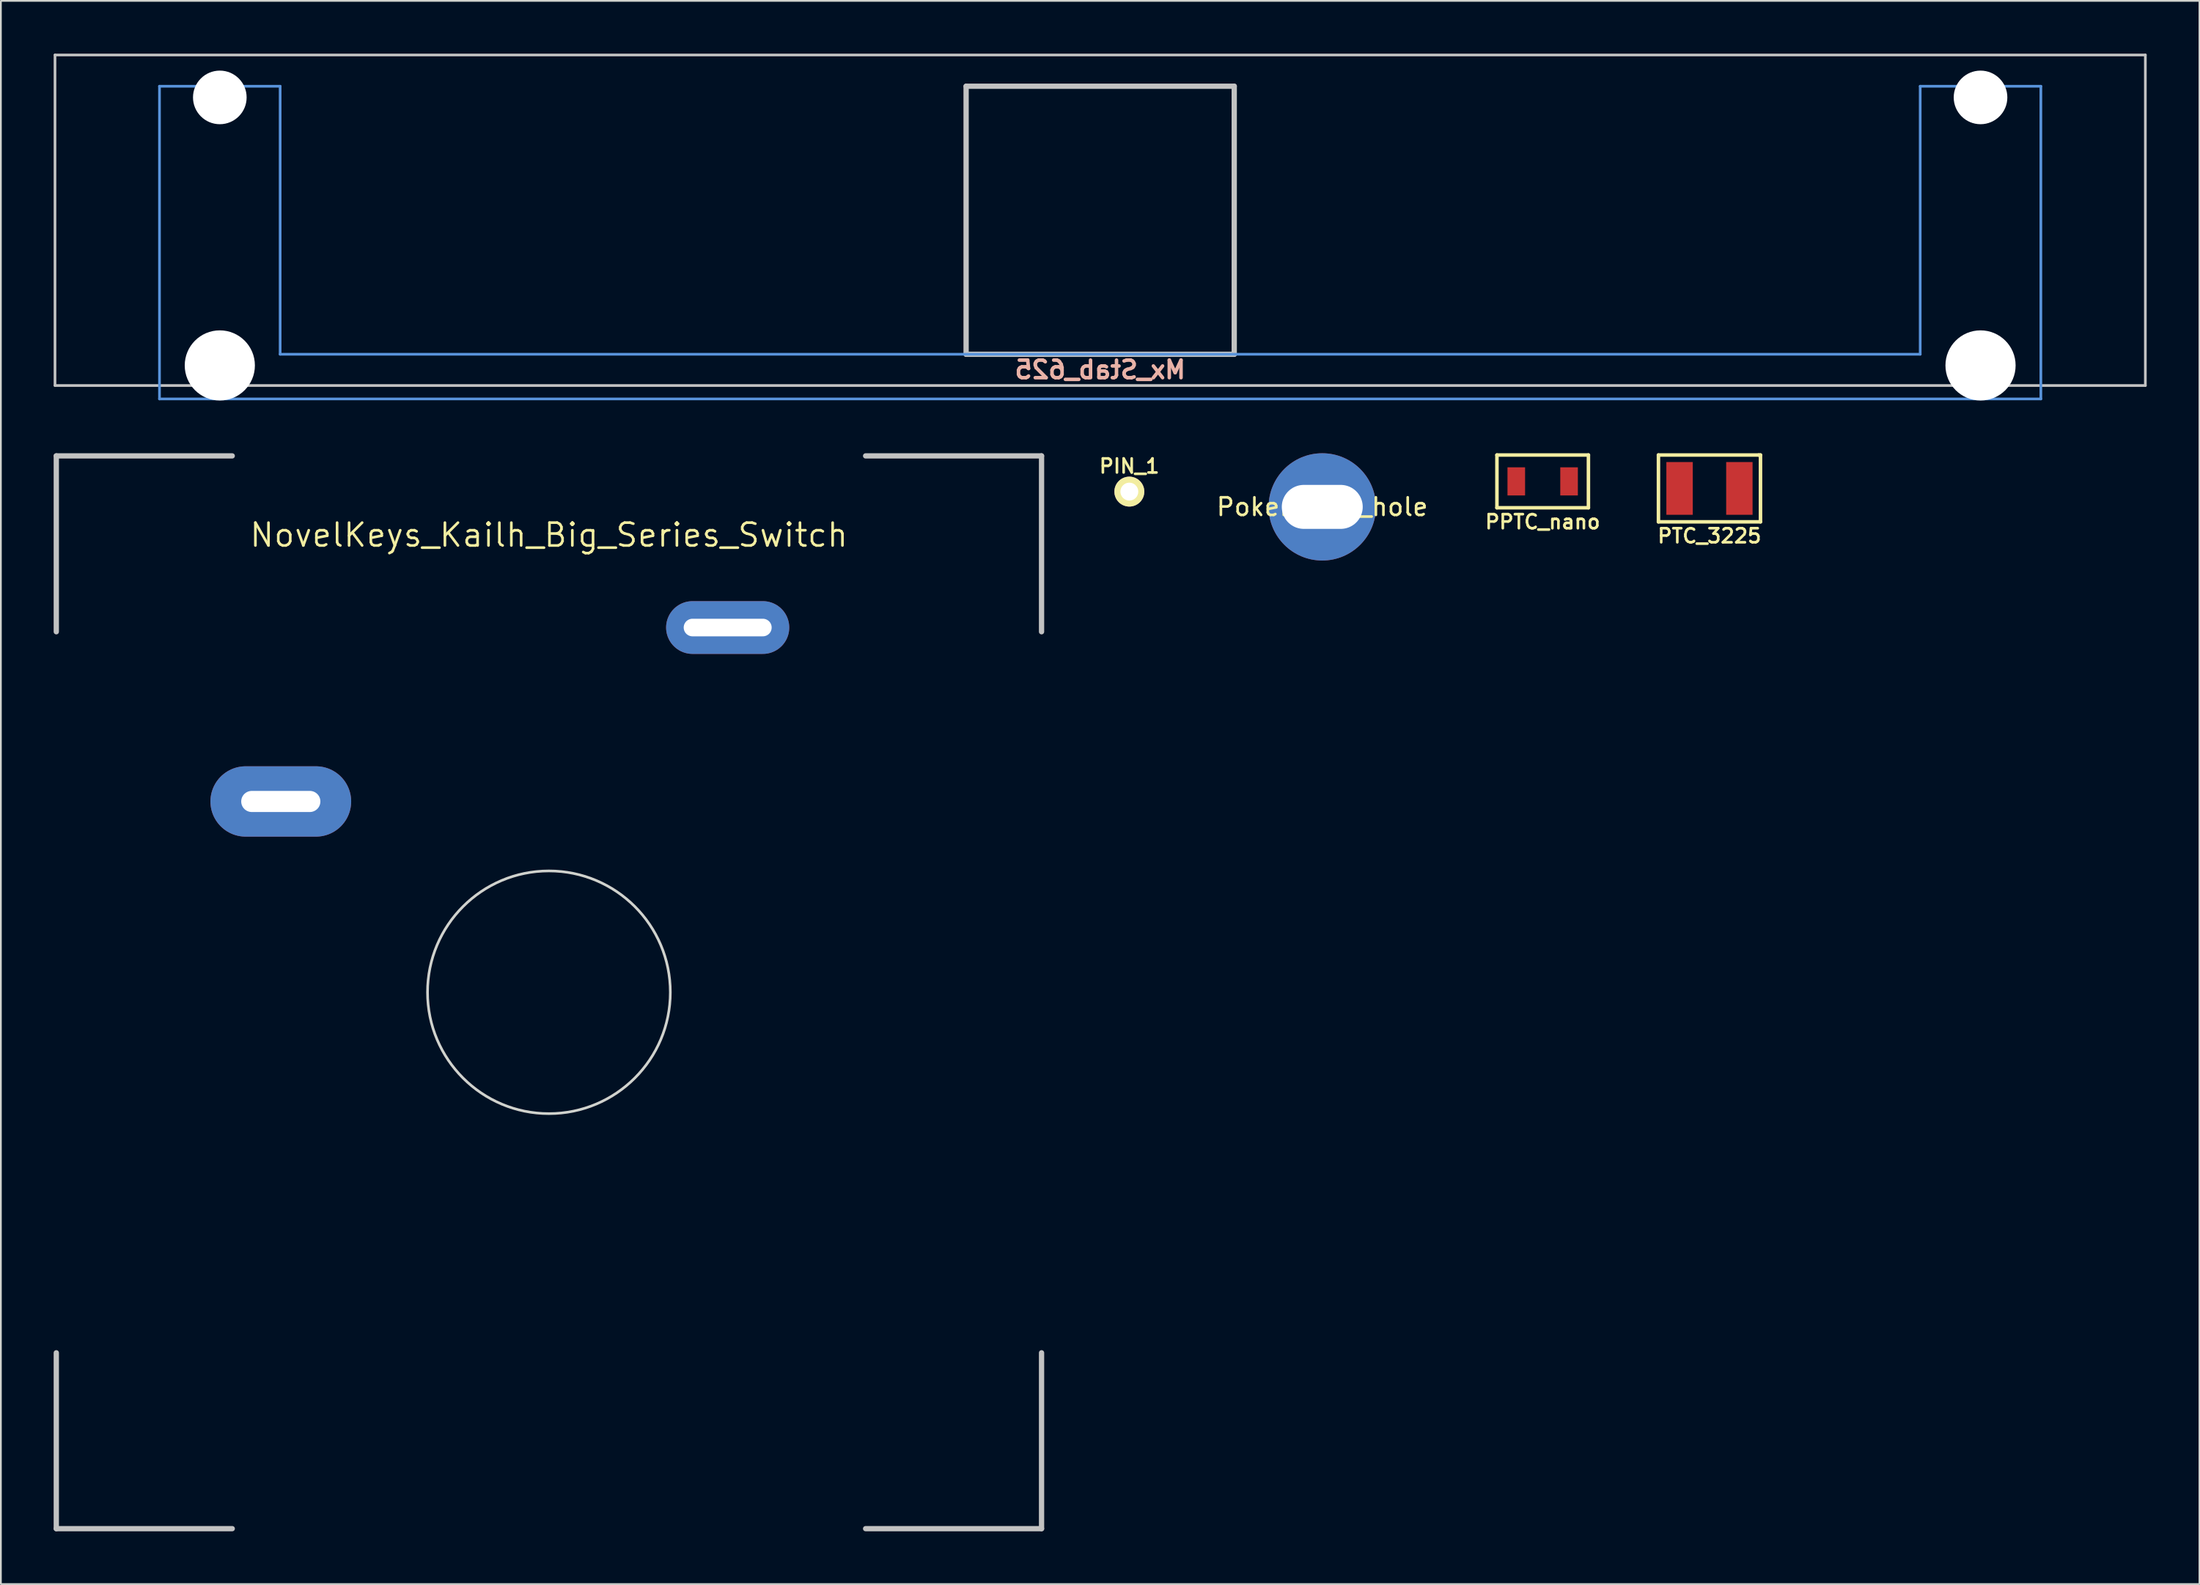
<source format=kicad_pcb>
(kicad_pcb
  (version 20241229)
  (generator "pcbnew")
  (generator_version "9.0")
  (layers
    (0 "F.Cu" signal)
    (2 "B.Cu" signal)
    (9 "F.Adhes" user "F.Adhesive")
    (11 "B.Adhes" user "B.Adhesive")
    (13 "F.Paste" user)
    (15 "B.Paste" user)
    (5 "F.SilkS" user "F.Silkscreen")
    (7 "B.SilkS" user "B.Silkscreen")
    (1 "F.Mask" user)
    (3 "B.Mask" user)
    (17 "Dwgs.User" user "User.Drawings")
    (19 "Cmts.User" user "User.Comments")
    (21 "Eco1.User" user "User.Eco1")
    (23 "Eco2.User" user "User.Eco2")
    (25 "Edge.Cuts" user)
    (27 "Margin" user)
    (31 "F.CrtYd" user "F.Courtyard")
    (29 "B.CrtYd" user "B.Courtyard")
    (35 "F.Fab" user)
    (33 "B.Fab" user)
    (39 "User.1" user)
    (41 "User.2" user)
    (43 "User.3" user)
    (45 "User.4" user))
  (footprint "Poker_oval_hole"
    (layer "F.Cu")
    (at 72.105 25.773)
    (property "Reference" "Poker_oval_hole" (at 0 0 0) (layer "F.SilkS") (effects (font (size 1 1) (thickness 0.15))))
    (attr through_hole)
    (pad "" thru_hole circle (at 0 0) (size 6.1 6.1) (drill oval 4.6 2.5) (layers "*.Cu" "*.Mask")))
  (footprint "PTC_3225"
    (layer "F.Cu")
    (at 94.113 24.723)
    (property "Reference" "PTC_3225" (at 0 2.7 0) (layer "F.SilkS") (effects (font (size 0.8 0.8) (thickness 0.15))))
    (attr through_hole)
    (fp_line (start -2.9 -1.9) (end 2.8 -1.9) (stroke (width 0.2) (type solid)) (layer "F.SilkS"))
    (fp_line (start -2.9 1.9) (end -2.9 -1.9) (stroke (width 0.2) (type solid)) (layer "F.SilkS"))
    (fp_line (start 2.8 -1.9) (end 2.9 -1.9) (stroke (width 0.2) (type solid)) (layer "F.SilkS"))
    (fp_line (start 2.9 -1.9) (end 2.9 1.9) (stroke (width 0.2) (type solid)) (layer "F.SilkS"))
    (fp_line (start 2.9 1.9) (end -2.9 1.9) (stroke (width 0.2) (type solid)) (layer "F.SilkS"))
    (pad "1" smd rect (at -1.5 0) (size 1.5 3) (drill (offset -0.2 0)) (layers "F.Cu" "F.Mask" "F.Paste"))
    (pad "2" smd rect (at 1.5 0) (size 1.5 3) (drill (offset 0.2 0)) (layers "F.Cu" "F.Mask" "F.Paste")))
  (footprint "Mx_Stab_625"
    (layer "F.Cu")
    (at 59.482 9.474)
    (property "Reference" "Mx_Stab_625" (at 0 8.5 0) (layer "B.SilkS") (effects (font (size 1 1) (thickness 0.2)) (justify mirror)))
    (attr through_hole)
    (fp_line (start -59.406 -9.398) (end 59.406 -9.398) (stroke (width 0.152) (type solid)) (layer "Dwgs.User"))
    (fp_line (start -59.406 9.398) (end -59.406 -9.398) (stroke (width 0.152) (type solid)) (layer "Dwgs.User"))
    (fp_line (start -7.62 -7.62) (end 7.62 -7.62) (stroke (width 0.3) (type solid)) (layer "Dwgs.User"))
    (fp_line (start -7.62 7.62) (end -7.62 -7.62) (stroke (width 0.3) (type solid)) (layer "Dwgs.User"))
    (fp_line (start 7.62 -7.62) (end 7.62 7.62) (stroke (width 0.3) (type solid)) (layer "Dwgs.User"))
    (fp_line (start 7.62 7.62) (end -7.62 7.62) (stroke (width 0.3) (type solid)) (layer "Dwgs.User"))
    (fp_line (start 59.406 -9.398) (end 59.406 9.398) (stroke (width 0.152) (type solid)) (layer "Dwgs.User"))
    (fp_line (start 59.406 9.398) (end -59.406 9.398) (stroke (width 0.152) (type solid)) (layer "Dwgs.User"))
    (fp_line (start -53.467 -7.62) (end -53.467 10.16) (stroke (width 0.152) (type solid)) (layer "Cmts.User"))
    (fp_line (start -53.467 10.16) (end 53.467 10.16) (stroke (width 0.152) (type solid)) (layer "Cmts.User"))
    (fp_line (start -46.609 -7.62) (end -53.467 -7.62) (stroke (width 0.152) (type solid)) (layer "Cmts.User"))
    (fp_line (start -46.609 7.62) (end -46.609 -7.62) (stroke (width 0.152) (type solid)) (layer "Cmts.User"))
    (fp_line (start 46.609 -7.62) (end 46.609 7.62) (stroke (width 0.152) (type solid)) (layer "Cmts.User"))
    (fp_line (start 46.609 7.62) (end -46.609 7.62) (stroke (width 0.152) (type solid)) (layer "Cmts.User"))
    (fp_line (start 53.467 -7.62) (end 46.609 -7.62) (stroke (width 0.152) (type solid)) (layer "Cmts.User"))
    (fp_line (start 53.467 10.16) (end 53.467 -7.62) (stroke (width 0.152) (type solid)) (layer "Cmts.User"))
    (fp_line (start -54.229 -2.286) (end -53.365 -2.286) (stroke (width 0.152) (type solid)) (layer "Eco2.User"))
    (fp_line (start -54.229 0.508) (end -54.229 -2.286) (stroke (width 0.152) (type solid)) (layer "Eco2.User"))
    (fp_line (start -53.365 -5.69) (end -46.711 -5.69) (stroke (width 0.152) (type solid)) (layer "Eco2.User"))
    (fp_line (start -53.365 -2.286) (end -53.365 -5.69) (stroke (width 0.152) (type solid)) (layer "Eco2.User"))
    (fp_line (start -53.365 0.508) (end -54.229 0.508) (stroke (width 0.152) (type solid)) (layer "Eco2.User"))
    (fp_line (start -53.365 6.604) (end -53.365 0.508) (stroke (width 0.152) (type solid)) (layer "Eco2.User"))
    (fp_line (start -52.324 6.604) (end -53.365 6.604) (stroke (width 0.152) (type solid)) (layer "Eco2.User"))
    (fp_line (start -52.324 7.772) (end -52.324 6.604) (stroke (width 0.152) (type solid)) (layer "Eco2.User"))
    (fp_line (start -47.752 6.604) (end -47.752 7.772) (stroke (width 0.152) (type solid)) (layer "Eco2.User"))
    (fp_line (start -47.752 7.772) (end -52.324 7.772) (stroke (width 0.152) (type solid)) (layer "Eco2.User"))
    (fp_line (start -46.711 -5.69) (end -46.711 -2.286) (stroke (width 0.152) (type solid)) (layer "Eco2.User"))
    (fp_line (start -46.711 -2.286) (end -6.985 -2.286) (stroke (width 0.152) (type solid)) (layer "Eco2.User"))
    (fp_line (start -46.711 2.286) (end -46.711 6.604) (stroke (width 0.152) (type solid)) (layer "Eco2.User"))
    (fp_line (start -46.711 6.604) (end -47.752 6.604) (stroke (width 0.152) (type solid)) (layer "Eco2.User"))
    (fp_line (start -6.985 -6.985) (end 6.985 -6.985) (stroke (width 0.152) (type solid)) (layer "Eco2.User"))
    (fp_line (start -6.985 -2.286) (end -6.985 -6.985) (stroke (width 0.152) (type solid)) (layer "Eco2.User"))
    (fp_line (start -6.985 2.286) (end -46.711 2.286) (stroke (width 0.152) (type solid)) (layer "Eco2.User"))
    (fp_line (start -6.985 6.985) (end -6.985 2.286) (stroke (width 0.152) (type solid)) (layer "Eco2.User"))
    (fp_line (start 6.985 -6.985) (end 6.985 -2.286) (stroke (width 0.152) (type solid)) (layer "Eco2.User"))
    (fp_line (start 6.985 -2.286) (end 46.711 -2.286) (stroke (width 0.152) (type solid)) (layer "Eco2.User"))
    (fp_line (start 6.985 2.286) (end 6.985 6.985) (stroke (width 0.152) (type solid)) (layer "Eco2.User"))
    (fp_line (start 6.985 6.985) (end -6.985 6.985) (stroke (width 0.152) (type solid)) (layer "Eco2.User"))
    (fp_line (start 46.711 -5.69) (end 53.365 -5.69) (stroke (width 0.152) (type solid)) (layer "Eco2.User"))
    (fp_line (start 46.711 -2.286) (end 46.711 -5.69) (stroke (width 0.152) (type solid)) (layer "Eco2.User"))
    (fp_line (start 46.711 2.286) (end 6.985 2.286) (stroke (width 0.152) (type solid)) (layer "Eco2.User"))
    (fp_line (start 46.711 6.604) (end 46.711 2.286) (stroke (width 0.152) (type solid)) (layer "Eco2.User"))
    (fp_line (start 47.752 6.604) (end 46.711 6.604) (stroke (width 0.152) (type solid)) (layer "Eco2.User"))
    (fp_line (start 47.752 7.772) (end 47.752 6.604) (stroke (width 0.152) (type solid)) (layer "Eco2.User"))
    (fp_line (start 52.324 6.604) (end 52.324 7.772) (stroke (width 0.152) (type solid)) (layer "Eco2.User"))
    (fp_line (start 52.324 7.772) (end 47.752 7.772) (stroke (width 0.152) (type solid)) (layer "Eco2.User"))
    (fp_line (start 53.365 -5.69) (end 53.365 -2.286) (stroke (width 0.152) (type solid)) (layer "Eco2.User"))
    (fp_line (start 53.365 -2.286) (end 54.229 -2.286) (stroke (width 0.152) (type solid)) (layer "Eco2.User"))
    (fp_line (start 53.365 0.508) (end 53.365 6.604) (stroke (width 0.152) (type solid)) (layer "Eco2.User"))
    (fp_line (start 53.365 6.604) (end 52.324 6.604) (stroke (width 0.152) (type solid)) (layer "Eco2.User"))
    (fp_line (start 54.229 -2.286) (end 54.229 0.508) (stroke (width 0.152) (type solid)) (layer "Eco2.User"))
    (fp_line (start 54.229 0.508) (end 53.365 0.508) (stroke (width 0.152) (type solid)) (layer "Eco2.User"))
    (pad "" np_thru_hole circle (at -50.038 -6.985) (size 3.048 3.048) (drill 3.048) (layers "*.Cu" "*.Mask"))
    (pad "" np_thru_hole circle (at -50.038 8.255) (size 3.988 3.988) (drill 3.988) (layers "*.Cu" "*.Mask"))
    (pad "" np_thru_hole circle (at 50.038 -6.985) (size 3.048 3.048) (drill 3.048) (layers "*.Cu" "*.Mask"))
    (pad "" np_thru_hole circle (at 50.038 8.255) (size 3.988 3.988) (drill 3.988) (layers "*.Cu" "*.Mask")))
  (footprint "NovelKeys_Kailh_Big_Series_Switch"
    (layer "F.Cu")
    (at 28.15 53.373)
    (property "Reference" "NovelKeys_Kailh_Big_Series_Switch" (at 0 -26 0) (layer "F.SilkS") (effects (font (size 1.3 1.3) (thickness 0.15))))
    (attr through_hole)
    (fp_line (start -28 -30.5) (end -18 -30.5) (stroke (width 0.3) (type solid)) (layer "Dwgs.User"))
    (fp_line (start -28 -20.5) (end -28 -30.5) (stroke (width 0.3) (type solid)) (layer "Dwgs.User"))
    (fp_line (start -28 30.5) (end -28 20.5) (stroke (width 0.3) (type solid)) (layer "Dwgs.User"))
    (fp_line (start -18 30.5) (end -28 30.5) (stroke (width 0.3) (type solid)) (layer "Dwgs.User"))
    (fp_line (start 18 -30.5) (end 28 -30.5) (stroke (width 0.3) (type solid)) (layer "Dwgs.User"))
    (fp_line (start 28 -30.5) (end 28 -20.5) (stroke (width 0.3) (type solid)) (layer "Dwgs.User"))
    (fp_line (start 28 20.5) (end 28 30.5) (stroke (width 0.3) (type solid)) (layer "Dwgs.User"))
    (fp_line (start 28 30.5) (end 18 30.5) (stroke (width 0.3) (type solid)) (layer "Dwgs.User"))
    (fp_circle (center 0 0) (end 0 -6.9) (stroke (width 0.15) (type solid)) (fill no) (layer "Edge.Cuts"))
    (pad "1" thru_hole oval (at -15.24 -10.85) (size 8 4) (drill oval 4.5 1.2) (layers "*.Cu" "*.Mask"))
    (pad "2" thru_hole oval (at 10.16 -20.74) (size 7 3) (drill oval 5 1) (layers "*.Cu" "*.Mask")))
  (footprint "PPTC_nano"
    (layer "F.Cu")
    (at 84.633 24.323)
    (property "Reference" "PPTC_nano" (at 0 2.3 0) (layer "F.SilkS") (effects (font (size 0.8 0.8) (thickness 0.15))))
    (attr through_hole)
    (fp_line (start -2.6 -1.5) (end 2.6 -1.5) (stroke (width 0.2) (type solid)) (layer "F.SilkS"))
    (fp_line (start -2.6 1.5) (end -2.6 -1.5) (stroke (width 0.2) (type solid)) (layer "F.SilkS"))
    (fp_line (start 2.6 -1.5) (end 2.6 1.5) (stroke (width 0.2) (type solid)) (layer "F.SilkS"))
    (fp_line (start 2.6 1.5) (end -2.6 1.5) (stroke (width 0.2) (type solid)) (layer "F.SilkS"))
    (pad "1" smd rect (at -1.5 0) (size 1 1.6) (layers "F.Cu" "F.Mask" "F.Paste"))
    (pad "2" smd rect (at 1.5 0) (size 1 1.6) (layers "F.Cu" "F.Mask" "F.Paste")))
  (footprint "PIN_1"
    (layer "F.Cu")
    (at 61.14 24.904)
    (property "Reference" "PIN_1" (at 0 -1.45 0) (layer "F.SilkS") (effects (font (size 0.8 0.8) (thickness 0.15))))
    (attr through_hole)
    (pad "1" thru_hole circle (at 0 0) (size 1.7 1.7) (drill 1.016) (layers "*.Cu" "*.Mask" "F.SilkS")))
  (gr_rect
    (start -3 -3)
    (end 121.963 87.023)
    (stroke (width 0.1) (type default))
    (fill no)
    (layer "Edge.Cuts")))
</source>
